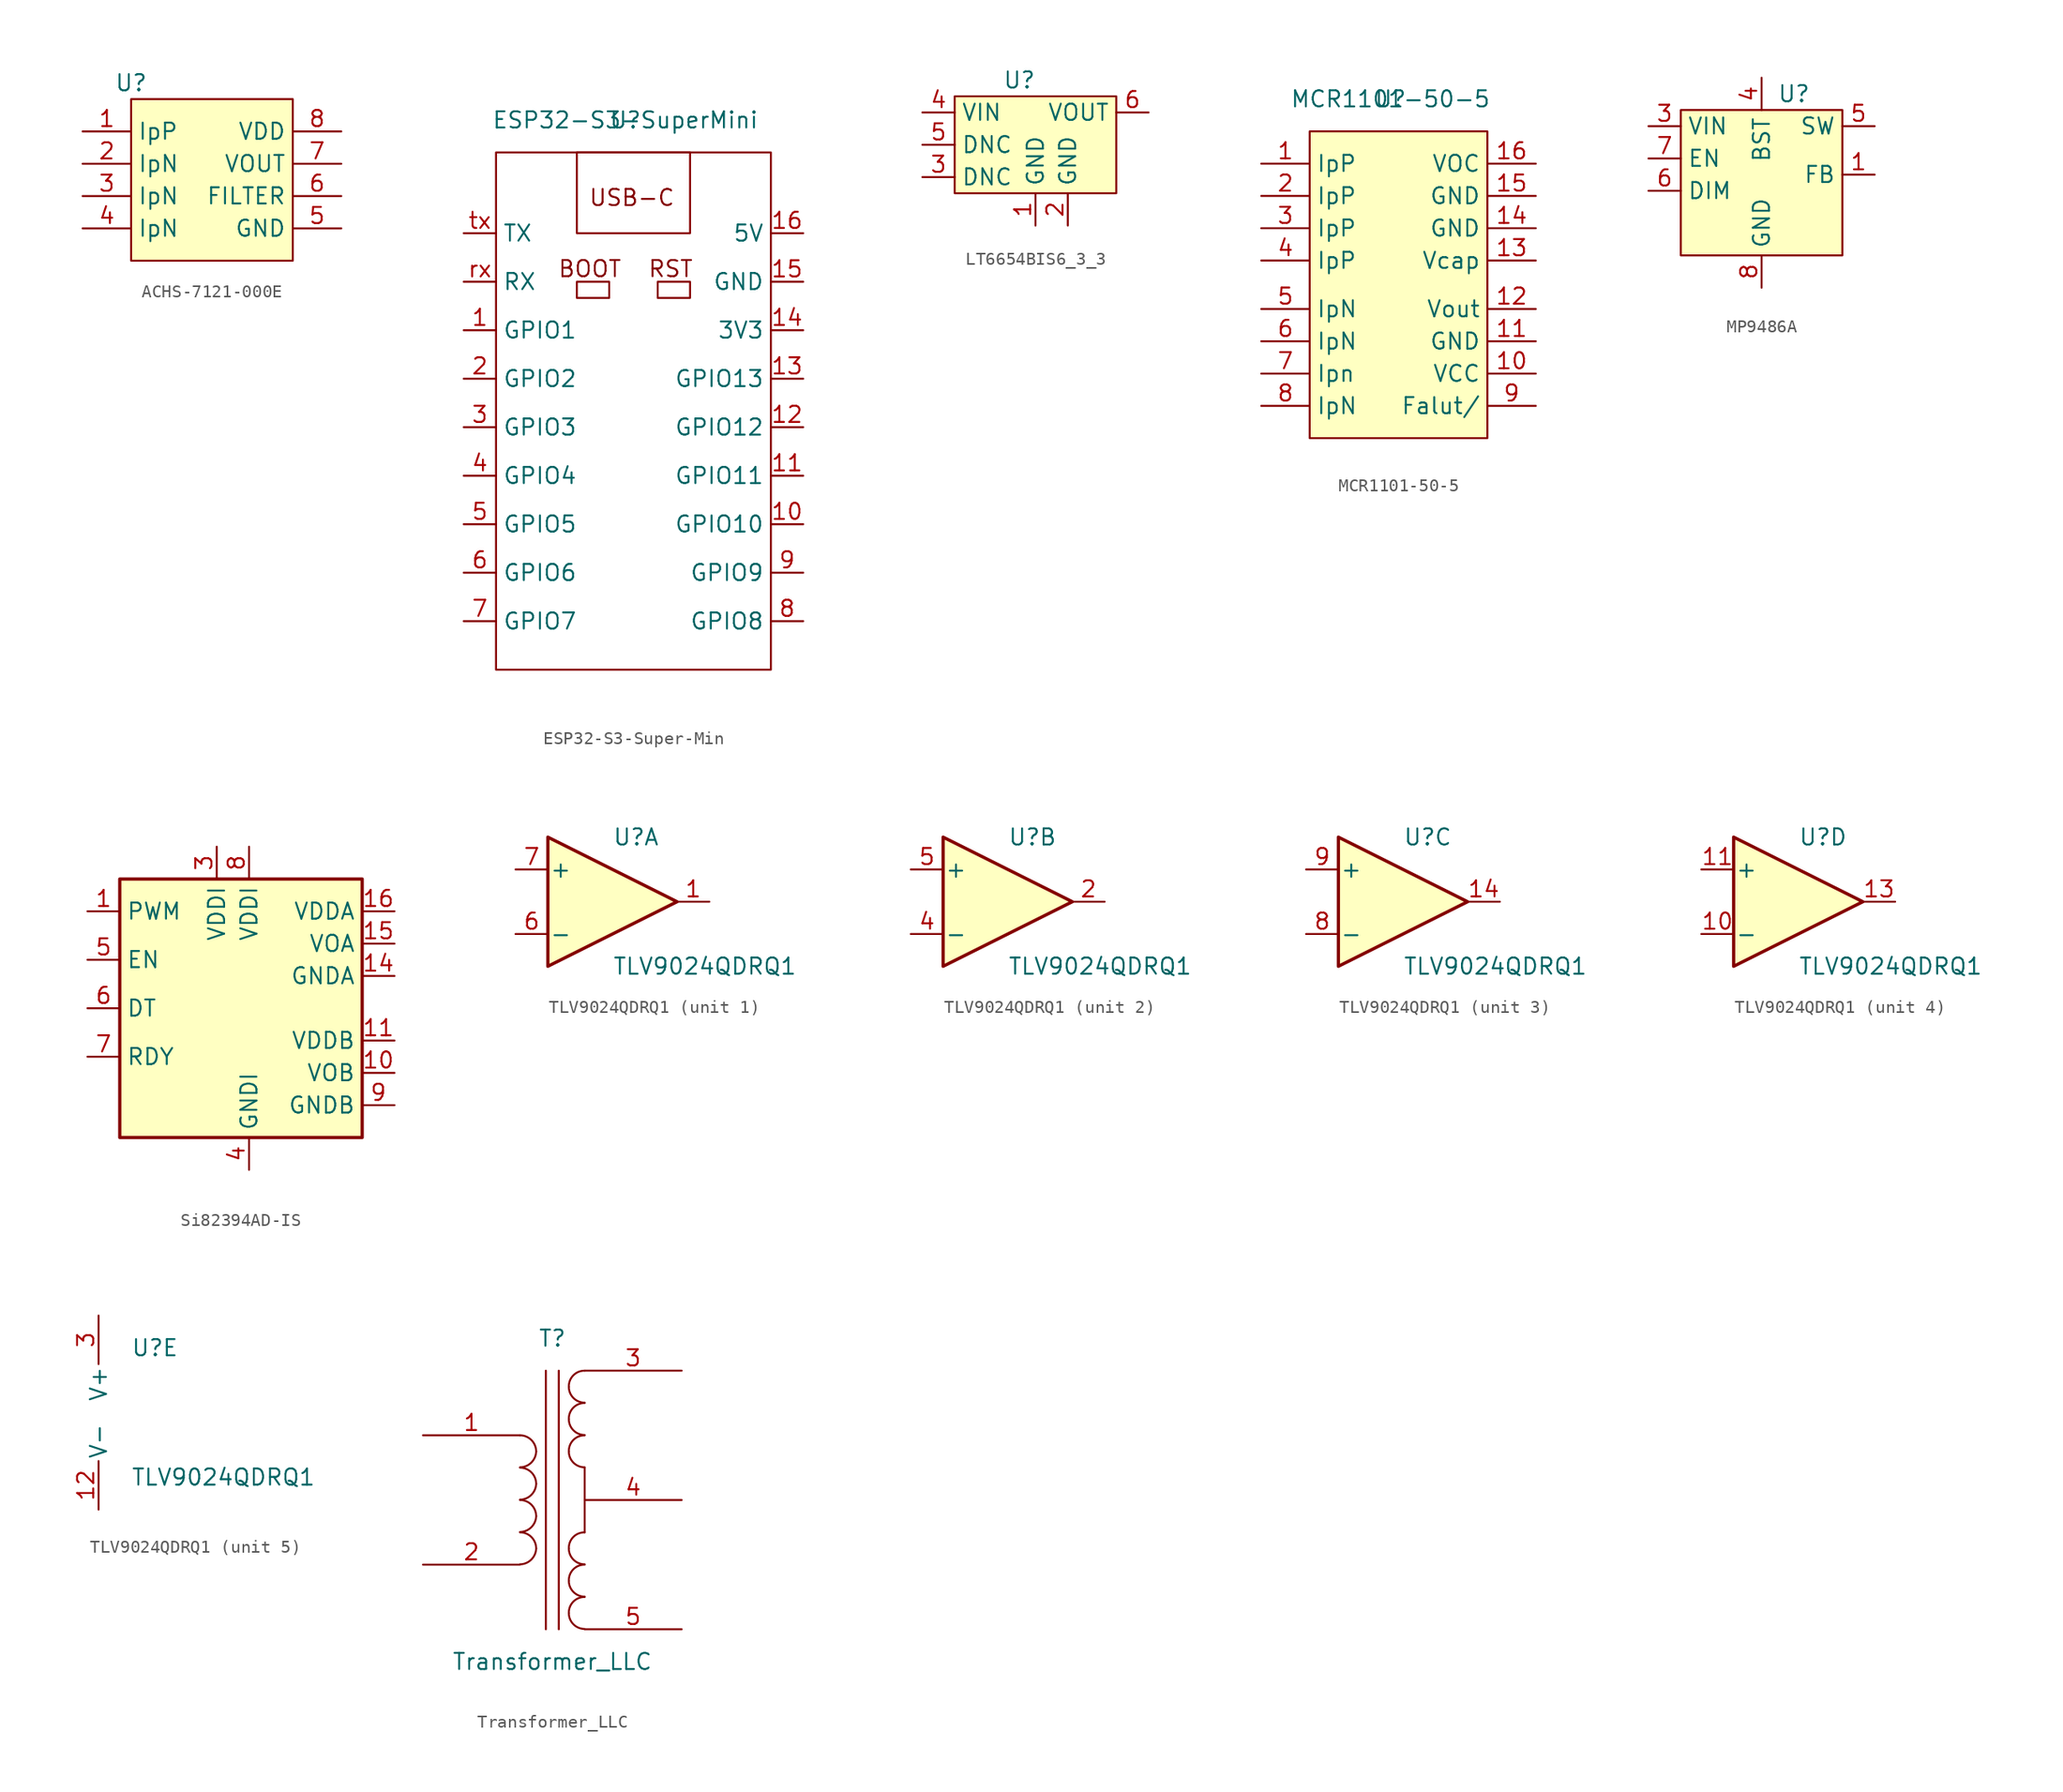
<source format=kicad_sym>
(kicad_symbol_lib
  (version 20241209)
  (generator "kicad_symbol_editor")
  (generator_version "9.0")
  (symbol "ACHS-7121-000E"
    (property "Reference" "U"
      (at 0 0 0)
      (effects (font (size 1.27 1.27))))
    (property "Value" ""
      (at 0 0 0)
      (effects (font (size 1.27 1.27))))
    (symbol "ACHS-7121-000E_1_1"
      (rectangle (start 0 -1.27) (end 12.7 -13.97) (stroke (width 0) (type solid)) (fill (type background)))
      (pin power_in line (at -3.81 -3.81 0) (length 3.81) (name "IpP" (effects (font (size 1.27 1.27)))) (number "1" (effects (font (size 1.27 1.27)))))
      (pin power_in line (at -3.81 -6.35 0) (length 3.81) (name "IpN" (effects (font (size 1.27 1.27)))) (number "2" (effects (font (size 1.27 1.27)))))
      (pin power_in line (at -3.81 -8.89 0) (length 3.81) (name "IpN" (effects (font (size 1.27 1.27)))) (number "3" (effects (font (size 1.27 1.27)))))
      (pin power_in line (at -3.81 -11.43 0) (length 3.81) (name "IpN" (effects (font (size 1.27 1.27)))) (number "4" (effects (font (size 1.27 1.27)))))
      (pin power_in line (at 16.51 -3.81 180) (length 3.81) (name "VDD" (effects (font (size 1.27 1.27)))) (number "8" (effects (font (size 1.27 1.27)))))
      (pin power_in line (at 16.51 -6.35 180) (length 3.81) (name "VOUT" (effects (font (size 1.27 1.27)))) (number "7" (effects (font (size 1.27 1.27)))))
      (pin power_in line (at 16.51 -8.89 180) (length 3.81) (name "FILTER" (effects (font (size 1.27 1.27)))) (number "6" (effects (font (size 1.27 1.27)))))
      (pin power_in line (at 16.51 -11.43 180) (length 3.81) (name "GND" (effects (font (size 1.27 1.27)))) (number "5" (effects (font (size 1.27 1.27)))))))
  (symbol "ESP32-S3-Super-Min"
    (property "Reference" "U"
      (at 0 0 0)
      (effects (font (size 1.27 1.27))))
    (property "Value" "ESP32-S3-SuperMini"
      (at 0 0 0)
      (effects (font (size 1.27 1.27))))
    (symbol "ESP32-S3-Super-Min_0_1"
      (rectangle (start -3.81 -2.54) (end 5.08 -8.89) (stroke (width 0) (type default)) (fill (type none)))
      (rectangle (start -3.81 -12.7) (end -1.27 -13.97) (stroke (width 0) (type default)) (fill (type none)))
      (rectangle (start 2.54 -12.7) (end 5.08 -13.97) (stroke (width 0) (type default)) (fill (type none)))
      (rectangle (start 11.43 -43.18) (end -10.16 -2.54) (stroke (width 0) (type default)) (fill (type none))))
    (symbol "ESP32-S3-Super-Min_1_1"
      (text "BOOT\n" (at -2.794 -11.684 0) (effects (font (size 1.27 1.27))))
      (text "USB-C" (at 0.508 -6.096 0) (effects (font (size 1.27 1.27))))
      (text "RST" (at 3.556 -11.684 0) (effects (font (size 1.27 1.27))))
      (pin input line (at -12.7 -8.89 0) (length 2.54) (name "TX" (effects (font (size 1.27 1.27)))) (number "tx" (effects (font (size 1.27 1.27)))))
      (pin input line (at -12.7 -12.7 0) (length 2.54) (name "RX" (effects (font (size 1.27 1.27)))) (number "rx" (effects (font (size 1.27 1.27)))))
      (pin input line (at -12.7 -16.51 0) (length 2.54) (name "GPIO1" (effects (font (size 1.27 1.27)))) (number "1" (effects (font (size 1.27 1.27)))))
      (pin input line (at -12.7 -20.32 0) (length 2.54) (name "GPIO2" (effects (font (size 1.27 1.27)))) (number "2" (effects (font (size 1.27 1.27)))))
      (pin input line (at -12.7 -24.13 0) (length 2.54) (name "GPIO3" (effects (font (size 1.27 1.27)))) (number "3" (effects (font (size 1.27 1.27)))))
      (pin input line (at -12.7 -27.94 0) (length 2.54) (name "GPIO4" (effects (font (size 1.27 1.27)))) (number "4" (effects (font (size 1.27 1.27)))))
      (pin input line (at -12.7 -31.75 0) (length 2.54) (name "GPIO5" (effects (font (size 1.27 1.27)))) (number "5" (effects (font (size 1.27 1.27)))))
      (pin input line (at -12.7 -35.56 0) (length 2.54) (name "GPIO6" (effects (font (size 1.27 1.27)))) (number "6" (effects (font (size 1.27 1.27)))))
      (pin input line (at -12.7 -39.37 0) (length 2.54) (name "GPIO7" (effects (font (size 1.27 1.27)))) (number "7" (effects (font (size 1.27 1.27)))))
      (pin input line (at 13.97 -8.89 180) (length 2.54) (name "5V" (effects (font (size 1.27 1.27)))) (number "16" (effects (font (size 1.27 1.27)))))
      (pin input line (at 13.97 -12.7 180) (length 2.54) (name "GND" (effects (font (size 1.27 1.27)))) (number "15" (effects (font (size 1.27 1.27)))))
      (pin input line (at 13.97 -16.51 180) (length 2.54) (name "3V3" (effects (font (size 1.27 1.27)))) (number "14" (effects (font (size 1.27 1.27)))))
      (pin input line (at 13.97 -20.32 180) (length 2.54) (name "GPIO13" (effects (font (size 1.27 1.27)))) (number "13" (effects (font (size 1.27 1.27)))))
      (pin input line (at 13.97 -24.13 180) (length 2.54) (name "GPIO12" (effects (font (size 1.27 1.27)))) (number "12" (effects (font (size 1.27 1.27)))))
      (pin input line (at 13.97 -27.94 180) (length 2.54) (name "GPIO11" (effects (font (size 1.27 1.27)))) (number "11" (effects (font (size 1.27 1.27)))))
      (pin input line (at 13.97 -31.75 180) (length 2.54) (name "GPIO10" (effects (font (size 1.27 1.27)))) (number "10" (effects (font (size 1.27 1.27)))))
      (pin input line (at 13.97 -35.56 180) (length 2.54) (name "GPIO9" (effects (font (size 1.27 1.27)))) (number "9" (effects (font (size 1.27 1.27)))))
      (pin input line (at 13.97 -39.37 180) (length 2.54) (name "GPIO8" (effects (font (size 1.27 1.27)))) (number "8" (effects (font (size 1.27 1.27)))))))
  (symbol "LT6654BIS6_3_3"
    (property "Reference" "U"
      (at 0 0 0)
      (effects (font (size 1.27 1.27))))
    (property "Value" ""
      (at 0 0 0)
      (effects (font (size 1.27 1.27))))
    (symbol "LT6654BIS6_3_3_1_1"
      (rectangle (start -5.08 -1.27) (end 7.62 -8.89) (stroke (width 0) (type solid)) (fill (type background)))
      (pin input line (at -7.62 -2.54 0) (length 2.54) (name "VIN" (effects (font (size 1.27 1.27)))) (number "4" (effects (font (size 1.27 1.27)))))
      (pin input line (at -7.62 -5.08 0) (length 2.54) (name "DNC" (effects (font (size 1.27 1.27)))) (number "5" (effects (font (size 1.27 1.27)))))
      (pin power_in line (at -7.62 -7.62 0) (length 2.54) (name "DNC" (effects (font (size 1.27 1.27)))) (number "3" (effects (font (size 1.27 1.27)))))
      (pin power_in line (at 1.27 -11.43 90) (length 2.54) (name "GND" (effects (font (size 1.27 1.27)))) (number "1" (effects (font (size 1.27 1.27)))))
      (pin power_in line (at 3.81 -11.43 90) (length 2.54) (name "GND" (effects (font (size 1.27 1.27)))) (number "2" (effects (font (size 1.27 1.27)))))
      (pin power_in line (at 10.16 -2.54 180) (length 2.54) (name "VOUT" (effects (font (size 1.27 1.27)))) (number "6" (effects (font (size 1.27 1.27)))))))
  (symbol "MCR1101-50-5"
    (property "Reference" "U"
      (at 0 0 0)
      (effects (font (size 1.27 1.27))))
    (property "Value" "MCR1101-50-5"
      (at 0 0 0)
      (effects (font (size 1.27 1.27))))
    (symbol "MCR1101-50-5_1_1"
      (rectangle (start -6.35 -2.54) (end 7.62 -26.67) (stroke (width 0) (type solid)) (fill (type background)))
      (pin power_in line (at -10.16 -5.08 0) (length 3.81) (name "IpP" (effects (font (size 1.27 1.27)))) (number "1" (effects (font (size 1.27 1.27)))))
      (pin power_in line (at -10.16 -7.62 0) (length 3.81) (name "IpP" (effects (font (size 1.27 1.27)))) (number "2" (effects (font (size 1.27 1.27)))))
      (pin power_in line (at -10.16 -10.16 0) (length 3.81) (name "IpP" (effects (font (size 1.27 1.27)))) (number "3" (effects (font (size 1.27 1.27)))))
      (pin power_in line (at -10.16 -12.7 0) (length 3.81) (name "IpP" (effects (font (size 1.27 1.27)))) (number "4" (effects (font (size 1.27 1.27)))))
      (pin power_in line (at -10.16 -16.51 0) (length 3.81) (name "IpN" (effects (font (size 1.27 1.27)))) (number "5" (effects (font (size 1.27 1.27)))))
      (pin power_in line (at -10.16 -19.05 0) (length 3.81) (name "IpN" (effects (font (size 1.27 1.27)))) (number "6" (effects (font (size 1.27 1.27)))))
      (pin power_in line (at -10.16 -21.59 0) (length 3.81) (name "Ipn" (effects (font (size 1.27 1.27)))) (number "7" (effects (font (size 1.27 1.27)))))
      (pin power_in line (at -10.16 -24.13 0) (length 3.81) (name "IpN" (effects (font (size 1.27 1.27)))) (number "8" (effects (font (size 1.27 1.27)))))
      (pin power_in line (at 11.43 -5.08 180) (length 3.81) (name "VOC" (effects (font (size 1.27 1.27)))) (number "16" (effects (font (size 1.27 1.27)))))
      (pin power_in line (at 11.43 -7.62 180) (length 3.81) (name "GND" (effects (font (size 1.27 1.27)))) (number "15" (effects (font (size 1.27 1.27)))))
      (pin power_in line (at 11.43 -10.16 180) (length 3.81) (name "GND" (effects (font (size 1.27 1.27)))) (number "14" (effects (font (size 1.27 1.27)))))
      (pin power_in line (at 11.43 -12.7 180) (length 3.81) (name "Vcap" (effects (font (size 1.27 1.27)))) (number "13" (effects (font (size 1.27 1.27)))))
      (pin power_in line (at 11.43 -16.51 180) (length 3.81) (name "Vout" (effects (font (size 1.27 1.27)))) (number "12" (effects (font (size 1.27 1.27)))))
      (pin power_in line (at 11.43 -19.05 180) (length 3.81) (name "GND" (effects (font (size 1.27 1.27)))) (number "11" (effects (font (size 1.27 1.27)))))
      (pin power_in line (at 11.43 -21.59 180) (length 3.81) (name "VCC" (effects (font (size 1.27 1.27)))) (number "10" (effects (font (size 1.27 1.27)))))
      (pin power_in line (at 11.43 -24.13 180) (length 3.81) (name "Falut/" (effects (font (size 1.27 1.27)))) (number "9" (effects (font (size 1.27 1.27)))))))
  (symbol "MP9486A"
    (property "Reference" "U"
      (at 0 0 0)
      (effects (font (size 1.27 1.27))))
    (property "Value" ""
      (at 0 0 0)
      (effects (font (size 1.27 1.27))))
    (property "ki_locked" ""
      (at 0 0 0)
      (effects (font (size 1.27 1.27))))
    (symbol "MP9486A_1_1"
      (rectangle (start -8.89 -1.27) (end 3.81 -12.7) (stroke (width 0) (type solid)) (fill (type background)))
      (pin input line (at -11.43 -2.54 0) (length 2.54) (name "VIN" (effects (font (size 1.27 1.27)))) (number "3" (effects (font (size 1.27 1.27)))))
      (pin input line (at -11.43 -5.08 0) (length 2.54) (name "EN" (effects (font (size 1.27 1.27)))) (number "7" (effects (font (size 1.27 1.27)))))
      (pin input line (at -11.43 -7.62 0) (length 2.54) (name "DIM" (effects (font (size 1.27 1.27)))) (number "6" (effects (font (size 1.27 1.27)))))
      (pin input line (at -2.54 1.27 270) (length 2.54) (name "BST" (effects (font (size 1.27 1.27)))) (number "4" (effects (font (size 1.27 1.27)))))
      (pin input line (at -2.54 -15.24 90) (length 2.54) (name "GND" (effects (font (size 1.27 1.27)))) (number "8" (effects (font (size 1.27 1.27)))))
      (pin input line (at 6.35 -2.54 180) (length 2.54) (name "SW" (effects (font (size 1.27 1.27)))) (number "5" (effects (font (size 1.27 1.27)))))
      (pin input line (at 6.35 -6.35 180) (length 2.54) (name "FB" (effects (font (size 1.27 1.27)))) (number "1" (effects (font (size 1.27 1.27)))))))
  (symbol "Si82394AD-IS"
    (property "Reference" "U"
      (at -2.54 0 0)
      (effects (font (size 1.27 1.27)) (hide yes)))
    (property "Value" ""
      (at 0 0 0)
      (effects (font (size 1.27 1.27))))
    (symbol "Si82394AD-IS_0_1"
      (rectangle (start -7.62 0) (end 11.43 -20.32) (stroke (width 0.254) (type default)) (fill (type background))))
    (symbol "Si82394AD-IS_1_1"
      (pin input line (at -10.16 -2.54 0) (length 2.54) (name "PWM" (effects (font (size 1.27 1.27)))) (number "1" (effects (font (size 1.27 1.27)))))
      (pin input line (at -10.16 -6.35 0) (length 2.54) (name "EN" (effects (font (size 1.27 1.27)))) (number "5" (effects (font (size 1.27 1.27)))))
      (pin passive line (at -10.16 -10.16 0) (length 2.54) (name "DT" (effects (font (size 1.27 1.27)))) (number "6" (effects (font (size 1.27 1.27)))))
      (pin passive line (at -10.16 -13.97 0) (length 2.54) (name "RDY" (effects (font (size 1.27 1.27)))) (number "7" (effects (font (size 1.27 1.27)))))
      (pin power_in line (at 0 2.54 270) (length 2.54) (name "VDDI" (effects (font (size 1.27 1.27)))) (number "3" (effects (font (size 1.27 1.27)))))
      (pin power_in line (at 2.54 2.54 270) (length 2.54) (name "VDDI" (effects (font (size 1.27 1.27)))) (number "8" (effects (font (size 1.27 1.27)))))
      (pin power_in line (at 2.54 -22.86 90) (length 2.54) (name "GNDI" (effects (font (size 1.27 1.27)))) (number "4" (effects (font (size 1.27 1.27)))))
      (pin power_in line (at 13.97 -2.54 180) (length 2.54) (name "VDDA" (effects (font (size 1.27 1.27)))) (number "16" (effects (font (size 1.27 1.27)))))
      (pin output line (at 13.97 -5.08 180) (length 2.54) (name "VOA" (effects (font (size 1.27 1.27)))) (number "15" (effects (font (size 1.27 1.27)))))
      (pin power_in line (at 13.97 -7.62 180) (length 2.54) (name "GNDA" (effects (font (size 1.27 1.27)))) (number "14" (effects (font (size 1.27 1.27)))))
      (pin power_in line (at 13.97 -12.7 180) (length 2.54) (name "VDDB" (effects (font (size 1.27 1.27)))) (number "11" (effects (font (size 1.27 1.27)))))
      (pin output line (at 13.97 -15.24 180) (length 2.54) (name "VOB" (effects (font (size 1.27 1.27)))) (number "10" (effects (font (size 1.27 1.27)))))
      (pin power_in line (at 13.97 -17.78 180) (length 2.54) (name "GNDB" (effects (font (size 1.27 1.27)))) (number "9" (effects (font (size 1.27 1.27)))))))
  (symbol "TLV9024QDRQ1"
    (pin_names
      (offset 0.127))
    (property "Reference" "U"
      (at 0 5.08 0)
      (effects (font (size 1.27 1.27)) (justify left)))
    (property "Value" "TLV9024QDRQ1"
      (at 0 -5.08 0)
      (effects (font (size 1.27 1.27)) (justify left)))
    (property "ki_locked" ""
      (at 0 0 0)
      (effects (font (size 1.27 1.27))))
    (symbol "TLV9024QDRQ1_1_1"
      (polyline (pts (xy -5.08 5.08) (xy 5.08 0) (xy -5.08 -5.08) (xy -5.08 5.08)) (stroke (width 0.254) (type default)) (fill (type background)))
      (pin input line (at -7.62 2.54 0) (length 2.54) (name "+" (effects (font (size 1.27 1.27)))) (number "7" (effects (font (size 1.27 1.27)))))
      (pin input line (at -7.62 -2.54 0) (length 2.54) (name "-" (effects (font (size 1.27 1.27)))) (number "6" (effects (font (size 1.27 1.27)))))
      (pin output line (at 7.62 0 180) (length 2.54) (name "~" (effects (font (size 1.27 1.27)))) (number "1" (effects (font (size 1.27 1.27))))))
    (symbol "TLV9024QDRQ1_2_1"
      (polyline (pts (xy -5.08 5.08) (xy 5.08 0) (xy -5.08 -5.08) (xy -5.08 5.08)) (stroke (width 0.254) (type default)) (fill (type background)))
      (pin input line (at -7.62 2.54 0) (length 2.54) (name "+" (effects (font (size 1.27 1.27)))) (number "5" (effects (font (size 1.27 1.27)))))
      (pin input line (at -7.62 -2.54 0) (length 2.54) (name "-" (effects (font (size 1.27 1.27)))) (number "4" (effects (font (size 1.27 1.27)))))
      (pin output line (at 7.62 0 180) (length 2.54) (name "~" (effects (font (size 1.27 1.27)))) (number "2" (effects (font (size 1.27 1.27))))))
    (symbol "TLV9024QDRQ1_3_1"
      (polyline (pts (xy -5.08 5.08) (xy 5.08 0) (xy -5.08 -5.08) (xy -5.08 5.08)) (stroke (width 0.254) (type default)) (fill (type background)))
      (pin input line (at -7.62 2.54 0) (length 2.54) (name "+" (effects (font (size 1.27 1.27)))) (number "9" (effects (font (size 1.27 1.27)))))
      (pin input line (at -7.62 -2.54 0) (length 2.54) (name "-" (effects (font (size 1.27 1.27)))) (number "8" (effects (font (size 1.27 1.27)))))
      (pin output line (at 7.62 0 180) (length 2.54) (name "~" (effects (font (size 1.27 1.27)))) (number "14" (effects (font (size 1.27 1.27))))))
    (symbol "TLV9024QDRQ1_4_1"
      (polyline (pts (xy -5.08 5.08) (xy 5.08 0) (xy -5.08 -5.08) (xy -5.08 5.08)) (stroke (width 0.254) (type default)) (fill (type background)))
      (pin input line (at -7.62 2.54 0) (length 2.54) (name "+" (effects (font (size 1.27 1.27)))) (number "11" (effects (font (size 1.27 1.27)))))
      (pin input line (at -7.62 -2.54 0) (length 2.54) (name "-" (effects (font (size 1.27 1.27)))) (number "10" (effects (font (size 1.27 1.27)))))
      (pin output line (at 7.62 0 180) (length 2.54) (name "~" (effects (font (size 1.27 1.27)))) (number "13" (effects (font (size 1.27 1.27))))))
    (symbol "TLV9024QDRQ1_5_1"
      (pin power_in line (at -2.54 7.62 270) (length 3.81) (name "V+" (effects (font (size 1.27 1.27)))) (number "3" (effects (font (size 1.27 1.27)))))
      (pin power_in line (at -2.54 -7.62 90) (length 3.81) (name "V-" (effects (font (size 1.27 1.27)))) (number "12" (effects (font (size 1.27 1.27)))))))
  (symbol "Transformer_LLC"
    (pin_names
      (offset 1.016)
      (hide yes))
    (property "Reference" "T"
      (at 0 12.7 0)
      (effects (font (size 1.27 1.27))))
    (property "Value" "Transformer_LLC"
      (at 0 -12.7 0)
      (effects (font (size 1.27 1.27))))
    (symbol "Transformer_LLC_0_1"
      (arc (start -1.27 3.81) (mid -1.656 2.9336) (end -2.54 2.5654) (stroke (width 0) (type default)) (fill (type none)))
      (arc (start -1.27 1.27) (mid -1.656 0.3936) (end -2.54 0.0254) (stroke (width 0) (type default)) (fill (type none)))
      (arc (start -1.27 -1.27) (mid -1.656 -2.1464) (end -2.54 -2.5146) (stroke (width 0) (type default)) (fill (type none)))
      (arc (start -1.27 -3.81) (mid -1.656 -4.6864) (end -2.54 -5.0546) (stroke (width 0) (type default)) (fill (type none)))
      (arc (start -2.54 5.08) (mid -1.642 4.708) (end -1.27 3.81) (stroke (width 0) (type default)) (fill (type none)))
      (arc (start -2.54 2.54) (mid -1.642 2.168) (end -1.27 1.27) (stroke (width 0) (type default)) (fill (type none)))
      (arc (start -2.54 0) (mid -1.642 -0.372) (end -1.27 -1.27) (stroke (width 0) (type default)) (fill (type none)))
      (arc (start -2.54 -2.54) (mid -1.642 -2.912) (end -1.27 -3.81) (stroke (width 0) (type default)) (fill (type none)))
      (polyline (pts (xy -0.508 -10.16) (xy -0.508 10.16)) (stroke (width 0) (type default)) (fill (type none)))
      (polyline (pts (xy 0.508 10.16) (xy 0.508 -10.16)) (stroke (width 0) (type default)) (fill (type none)))
      (arc (start 1.2954 8.89) (mid 1.6457 9.7917) (end 2.54 10.16) (stroke (width 0) (type default)) (fill (type none)))
      (arc (start 1.2954 6.35) (mid 1.6457 7.2517) (end 2.54 7.62) (stroke (width 0) (type default)) (fill (type none)))
      (arc (start 1.2954 3.81) (mid 1.6457 4.7117) (end 2.54 5.08) (stroke (width 0) (type default)) (fill (type none)))
      (arc (start 1.2954 -3.81) (mid 1.6457 -2.9083) (end 2.54 -2.54) (stroke (width 0) (type default)) (fill (type none)))
      (arc (start 1.2954 -6.35) (mid 1.6457 -5.4483) (end 2.54 -5.08) (stroke (width 0) (type default)) (fill (type none)))
      (arc (start 1.2954 -8.89) (mid 1.6457 -7.9883) (end 2.54 -7.62) (stroke (width 0) (type default)) (fill (type none)))
      (arc (start 2.54 7.6454) (mid 1.6599 8.0099) (end 1.2954 8.89) (stroke (width 0) (type default)) (fill (type none)))
      (arc (start 2.54 5.1054) (mid 1.6599 5.4699) (end 1.2954 6.35) (stroke (width 0) (type default)) (fill (type none)))
      (arc (start 2.54 2.5654) (mid 1.6599 2.9299) (end 1.2954 3.81) (stroke (width 0) (type default)) (fill (type none)))
      (polyline (pts (xy 2.54 2.54) (xy 2.54 -2.54)) (stroke (width 0) (type default)) (fill (type none)))
      (arc (start 2.54 -5.0546) (mid 1.6599 -4.6901) (end 1.2954 -3.81) (stroke (width 0) (type default)) (fill (type none)))
      (arc (start 2.54 -7.5946) (mid 1.6599 -7.2301) (end 1.2954 -6.35) (stroke (width 0) (type default)) (fill (type none)))
      (arc (start 2.54 -10.1346) (mid 1.6599 -9.7701) (end 1.2954 -8.89) (stroke (width 0) (type default)) (fill (type none))))
    (symbol "Transformer_LLC_1_1"
      (pin passive line (at -10.16 5.08 0) (length 7.62) (name "AA" (effects (font (size 1.27 1.27)))) (number "1" (effects (font (size 1.27 1.27)))))
      (pin passive line (at -10.16 -5.08 0) (length 7.62) (name "AB" (effects (font (size 1.27 1.27)))) (number "2" (effects (font (size 1.27 1.27)))))
      (pin passive line (at 10.16 10.16 180) (length 7.62) (name "SA" (effects (font (size 1.27 1.27)))) (number "3" (effects (font (size 1.27 1.27)))))
      (pin passive line (at 10.16 0 180) (length 7.62) (name "SC" (effects (font (size 1.27 1.27)))) (number "4" (effects (font (size 1.27 1.27)))))
      (pin passive line (at 10.16 -10.16 180) (length 7.62) (name "SD" (effects (font (size 1.27 1.27)))) (number "5" (effects (font (size 1.27 1.27))))))))
</source>
